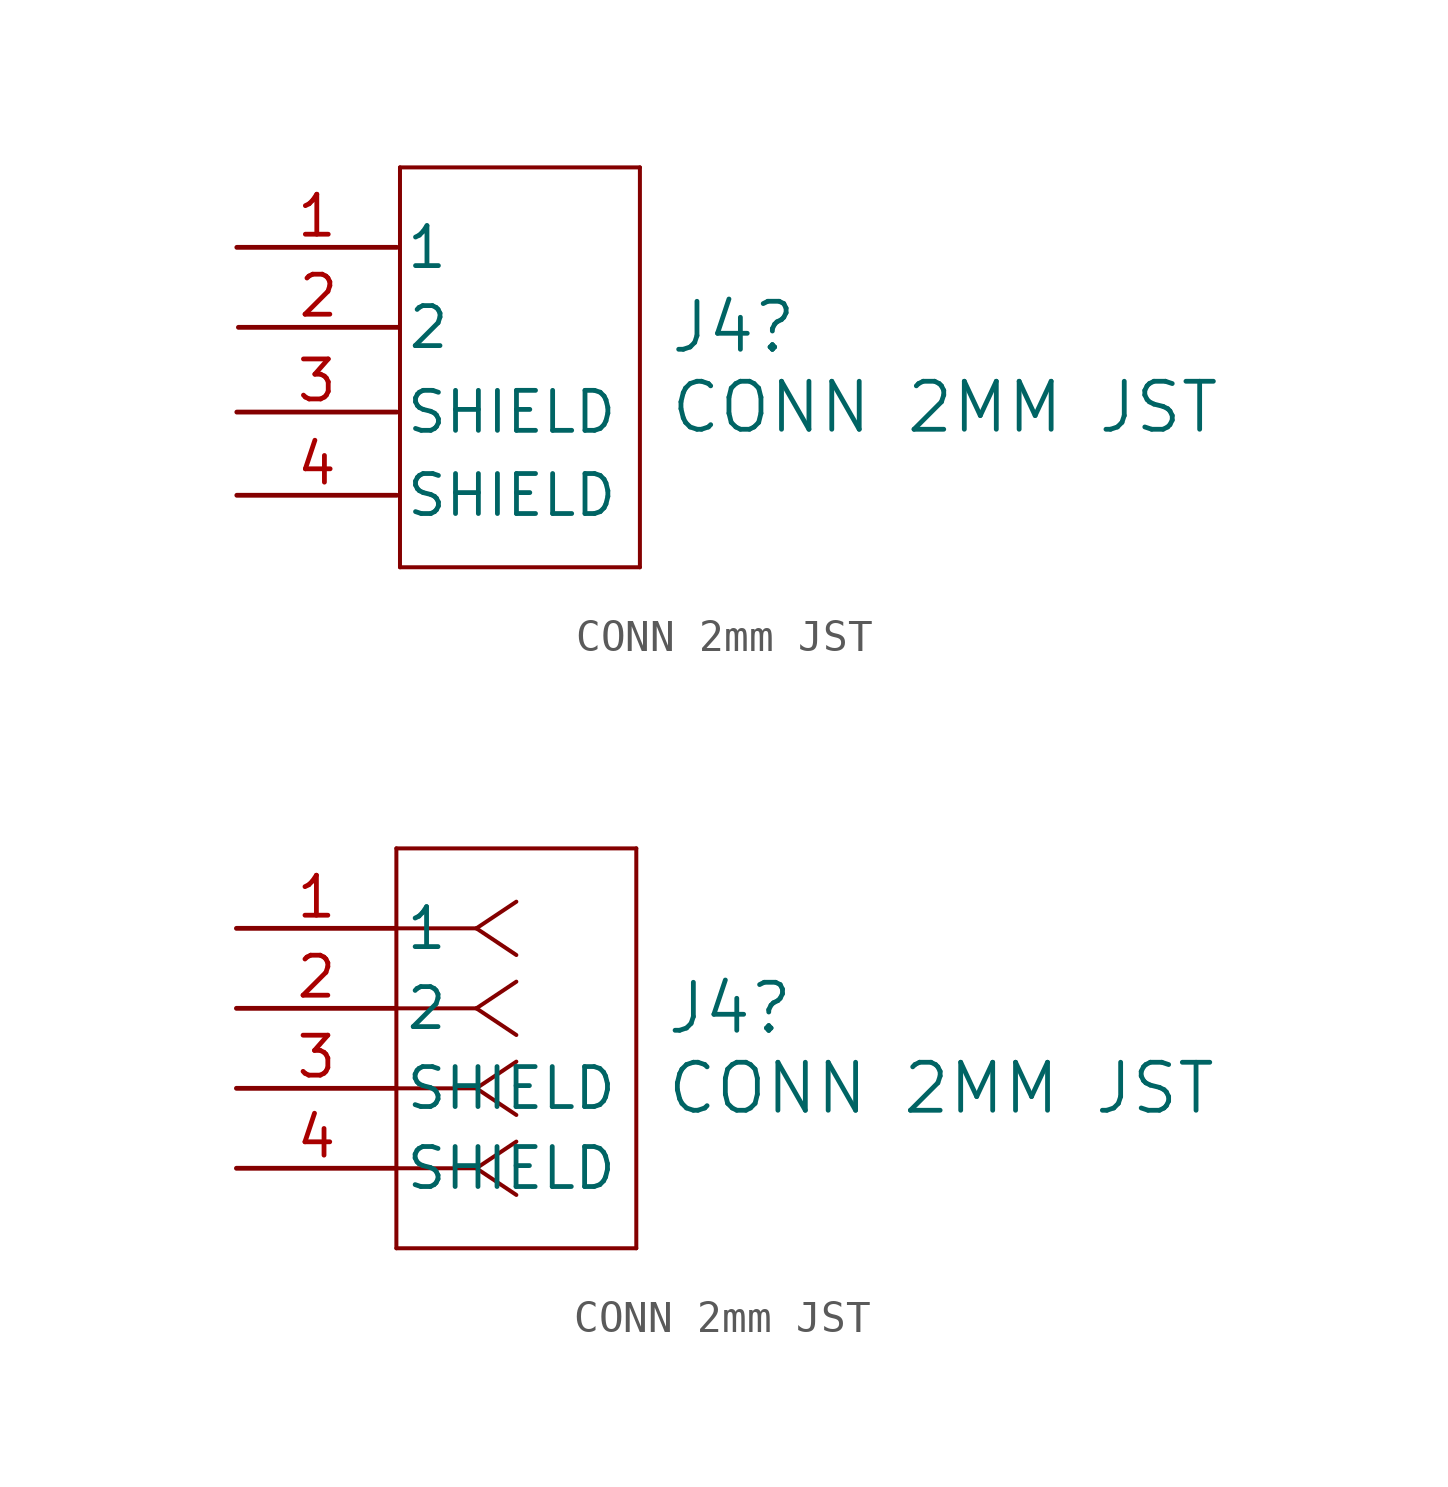
<source format=kicad_sym>
(kicad_symbol_lib
  (version 20241209)
  (generator "kicad_symbol_editor")
  (generator_version "9.0")
  (symbol "CONN 2mm JST"
    (pin_names
      (offset 0.254))
    (property "Reference" "J4"
      (at 13.614 -2.54 0)
      (effects (font (size 1.524 1.524)) (justify left)))
    (property "Value" "CONN 2MM JST"
      (at 13.614 -5.08 0)
      (effects (font (size 1.524 1.524)) (justify left)))
    (symbol "CONN 2mm JST_1_1"
      (polyline (pts (xy 5.08 2.54) (xy 5.08 -10.16)) (stroke (width 0.127) (type default)) (fill (type none)))
      (polyline (pts (xy 5.08 -10.16) (xy 12.7 -10.16)) (stroke (width 0.127) (type default)) (fill (type none)))
      (polyline (pts (xy 12.7 2.54) (xy 5.08 2.54)) (stroke (width 0.127) (type default)) (fill (type none)))
      (polyline (pts (xy 12.7 -10.16) (xy 12.7 2.54)) (stroke (width 0.127) (type default)) (fill (type none)))
      (pin unspecified line (at -0.102 0 0) (length 5.08) (name "1" (effects (font (size 1.27 1.27)))) (number "1" (effects (font (size 1.27 1.27)))))
      (pin unspecified line (at -0.102 -5.232 0) (length 5.08) (name "SHIELD" (effects (font (size 1.27 1.27)))) (number "3" (effects (font (size 1.27 1.27)))))
      (pin unspecified line (at -0.102 -7.874 0) (length 5.08) (name "SHIELD" (effects (font (size 1.27 1.27)))) (number "4" (effects (font (size 1.27 1.27)))))
      (pin unspecified line (at -0.051 -2.54 0) (length 5.08) (name "2" (effects (font (size 1.27 1.27)))) (number "2" (effects (font (size 1.27 1.27))))))
    (symbol "CONN 2mm JST_1_2"
      (polyline (pts (xy 5.08 2.54) (xy 5.08 -10.16)) (stroke (width 0.127) (type default)) (fill (type none)))
      (polyline (pts (xy 5.08 -10.16) (xy 12.7 -10.16)) (stroke (width 0.127) (type default)) (fill (type none)))
      (polyline (pts (xy 7.62 0) (xy 5.08 0)) (stroke (width 0.127) (type default)) (fill (type none)))
      (polyline (pts (xy 7.62 0) (xy 8.89 0.847)) (stroke (width 0.127) (type default)) (fill (type none)))
      (polyline (pts (xy 7.62 0) (xy 8.89 -0.847)) (stroke (width 0.127) (type default)) (fill (type none)))
      (polyline (pts (xy 7.62 -2.54) (xy 5.08 -2.54)) (stroke (width 0.127) (type default)) (fill (type none)))
      (polyline (pts (xy 7.62 -2.54) (xy 8.89 -1.693)) (stroke (width 0.127) (type default)) (fill (type none)))
      (polyline (pts (xy 7.62 -2.54) (xy 8.89 -3.387)) (stroke (width 0.127) (type default)) (fill (type none)))
      (polyline (pts (xy 7.62 -5.08) (xy 5.08 -5.08)) (stroke (width 0.127) (type default)) (fill (type none)))
      (polyline (pts (xy 7.62 -5.08) (xy 8.89 -4.233)) (stroke (width 0.127) (type default)) (fill (type none)))
      (polyline (pts (xy 7.62 -5.08) (xy 8.89 -5.927)) (stroke (width 0.127) (type default)) (fill (type none)))
      (polyline (pts (xy 7.62 -7.62) (xy 5.08 -7.62)) (stroke (width 0.127) (type default)) (fill (type none)))
      (polyline (pts (xy 7.62 -7.62) (xy 8.89 -6.773)) (stroke (width 0.127) (type default)) (fill (type none)))
      (polyline (pts (xy 7.62 -7.62) (xy 8.89 -8.467)) (stroke (width 0.127) (type default)) (fill (type none)))
      (polyline (pts (xy 12.7 2.54) (xy 5.08 2.54)) (stroke (width 0.127) (type default)) (fill (type none)))
      (polyline (pts (xy 12.7 -10.16) (xy 12.7 2.54)) (stroke (width 0.127) (type default)) (fill (type none)))
      (pin unspecified line (at 0 0 0) (length 5.08) (name "1" (effects (font (size 1.27 1.27)))) (number "1" (effects (font (size 1.27 1.27)))))
      (pin unspecified line (at 0 -2.54 0) (length 5.08) (name "2" (effects (font (size 1.27 1.27)))) (number "2" (effects (font (size 1.27 1.27)))))
      (pin unspecified line (at 0 -5.08 0) (length 5.08) (name "SHIELD" (effects (font (size 1.27 1.27)))) (number "3" (effects (font (size 1.27 1.27)))))
      (pin unspecified line (at 0 -7.62 0) (length 5.08) (name "SHIELD" (effects (font (size 1.27 1.27)))) (number "4" (effects (font (size 1.27 1.27))))))))
</source>
